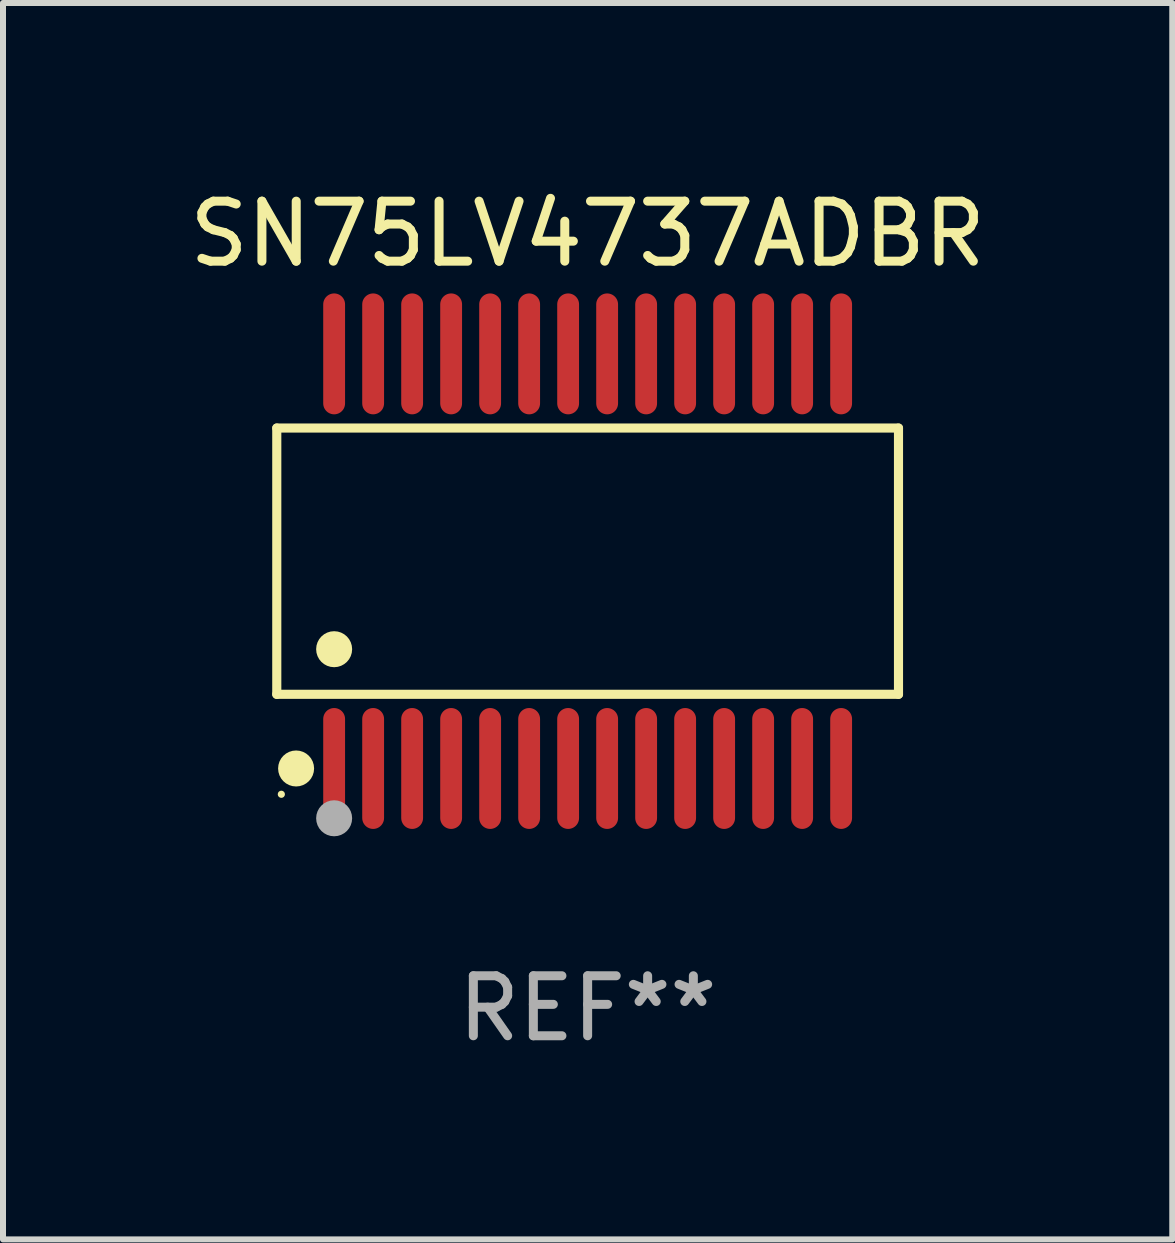
<source format=kicad_pcb>
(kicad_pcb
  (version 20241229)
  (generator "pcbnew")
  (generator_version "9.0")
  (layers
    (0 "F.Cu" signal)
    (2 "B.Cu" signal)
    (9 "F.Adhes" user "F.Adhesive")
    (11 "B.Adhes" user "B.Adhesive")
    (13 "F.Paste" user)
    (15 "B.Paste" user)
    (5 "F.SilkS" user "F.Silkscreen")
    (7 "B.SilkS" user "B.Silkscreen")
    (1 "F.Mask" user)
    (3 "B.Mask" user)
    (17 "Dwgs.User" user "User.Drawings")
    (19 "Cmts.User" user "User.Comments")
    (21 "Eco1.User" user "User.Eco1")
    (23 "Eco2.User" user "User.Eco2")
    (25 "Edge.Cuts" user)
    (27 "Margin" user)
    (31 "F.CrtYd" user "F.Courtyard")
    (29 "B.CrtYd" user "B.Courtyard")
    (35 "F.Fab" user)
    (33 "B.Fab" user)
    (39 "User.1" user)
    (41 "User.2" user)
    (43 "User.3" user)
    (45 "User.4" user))
  (footprint "SN75LV4737ADBR"
    (layer "F.Cu")
    (at 6.744 6.303)
    (property "Reference" "SN75LV4737ADBR" (at 0 -5.455 0) (layer "F.SilkS") (effects (font (size 1 1) (thickness 0.15))))
    (attr through_hole)
    (fp_line (start -5.181 -2.219) (end 5.181 -2.219) (stroke (width 0.152) (type solid)) (layer "F.SilkS"))
    (fp_line (start -5.181 2.219) (end -5.181 -2.219) (stroke (width 0.152) (type solid)) (layer "F.SilkS"))
    (fp_line (start 5.181 -2.219) (end 5.181 2.219) (stroke (width 0.152) (type solid)) (layer "F.SilkS"))
    (fp_line (start 5.181 2.219) (end -5.181 2.219) (stroke (width 0.152) (type solid)) (layer "F.SilkS"))
    (fp_circle (center -5.105 3.885) (end -5.075 3.885) (stroke (width 0.06) (type solid)) (fill no) (layer "F.SilkS"))
    (fp_circle (center -4.859 3.455) (end -4.709 3.455) (stroke (width 0.3) (type solid)) (fill no) (layer "F.SilkS"))
    (fp_circle (center -4.225 1.467) (end -4.075 1.467) (stroke (width 0.3) (type solid)) (fill no) (layer "F.SilkS"))
    (fp_circle (center -4.225 4.285) (end -4.075 4.285) (stroke (width 0.3) (type solid)) (fill no) (layer "F.Fab"))
    (fp_text user "REF**" (at 0 7.455 0) (layer "F.Fab") (effects (font (size 1 1) (thickness 0.15))))
    (pad "1" smd oval (at -4.225 3.455) (size 0.364 2.015) (layers "F.Cu" "F.Mask" "F.Paste"))
    (pad "2" smd oval (at -3.575 3.455) (size 0.364 2.015) (layers "F.Cu" "F.Mask" "F.Paste"))
    (pad "3" smd oval (at -2.925 3.455) (size 0.364 2.015) (layers "F.Cu" "F.Mask" "F.Paste"))
    (pad "4" smd oval (at -2.275 3.455) (size 0.364 2.015) (layers "F.Cu" "F.Mask" "F.Paste"))
    (pad "5" smd oval (at -1.625 3.455) (size 0.364 2.015) (layers "F.Cu" "F.Mask" "F.Paste"))
    (pad "6" smd oval (at -0.975 3.455) (size 0.364 2.015) (layers "F.Cu" "F.Mask" "F.Paste"))
    (pad "7" smd oval (at -0.325 3.455) (size 0.364 2.015) (layers "F.Cu" "F.Mask" "F.Paste"))
    (pad "8" smd oval (at 0.325 3.455) (size 0.364 2.015) (layers "F.Cu" "F.Mask" "F.Paste"))
    (pad "9" smd oval (at 0.975 3.455) (size 0.364 2.015) (layers "F.Cu" "F.Mask" "F.Paste"))
    (pad "10" smd oval (at 1.625 3.455) (size 0.364 2.015) (layers "F.Cu" "F.Mask" "F.Paste"))
    (pad "11" smd oval (at 2.275 3.455) (size 0.364 2.015) (layers "F.Cu" "F.Mask" "F.Paste"))
    (pad "12" smd oval (at 2.925 3.455) (size 0.364 2.015) (layers "F.Cu" "F.Mask" "F.Paste"))
    (pad "13" smd oval (at 3.575 3.455) (size 0.364 2.015) (layers "F.Cu" "F.Mask" "F.Paste"))
    (pad "14" smd oval (at 4.225 3.455) (size 0.364 2.015) (layers "F.Cu" "F.Mask" "F.Paste"))
    (pad "15" smd oval (at 4.225 -3.455) (size 0.364 2.015) (layers "F.Cu" "F.Mask" "F.Paste"))
    (pad "16" smd oval (at 3.575 -3.455) (size 0.364 2.015) (layers "F.Cu" "F.Mask" "F.Paste"))
    (pad "17" smd oval (at 2.925 -3.455) (size 0.364 2.015) (layers "F.Cu" "F.Mask" "F.Paste"))
    (pad "18" smd oval (at 2.275 -3.455) (size 0.364 2.015) (layers "F.Cu" "F.Mask" "F.Paste"))
    (pad "19" smd oval (at 1.625 -3.455) (size 0.364 2.015) (layers "F.Cu" "F.Mask" "F.Paste"))
    (pad "20" smd oval (at 0.975 -3.455) (size 0.364 2.015) (layers "F.Cu" "F.Mask" "F.Paste"))
    (pad "21" smd oval (at 0.325 -3.455) (size 0.364 2.015) (layers "F.Cu" "F.Mask" "F.Paste"))
    (pad "22" smd oval (at -0.325 -3.455) (size 0.364 2.015) (layers "F.Cu" "F.Mask" "F.Paste"))
    (pad "23" smd oval (at -0.975 -3.455) (size 0.364 2.015) (layers "F.Cu" "F.Mask" "F.Paste"))
    (pad "24" smd oval (at -1.625 -3.455) (size 0.364 2.015) (layers "F.Cu" "F.Mask" "F.Paste"))
    (pad "25" smd oval (at -2.275 -3.455) (size 0.364 2.015) (layers "F.Cu" "F.Mask" "F.Paste"))
    (pad "26" smd oval (at -2.925 -3.455) (size 0.364 2.015) (layers "F.Cu" "F.Mask" "F.Paste"))
    (pad "27" smd oval (at -3.575 -3.455) (size 0.364 2.015) (layers "F.Cu" "F.Mask" "F.Paste"))
    (pad "28" smd oval (at -4.225 -3.455) (size 0.364 2.015) (layers "F.Cu" "F.Mask" "F.Paste")))
  (gr_rect
    (start -3 -3)
    (end 16.488 17.607)
    (stroke (width 0.1) (type default))
    (fill no)
    (layer "Edge.Cuts")))
</source>
